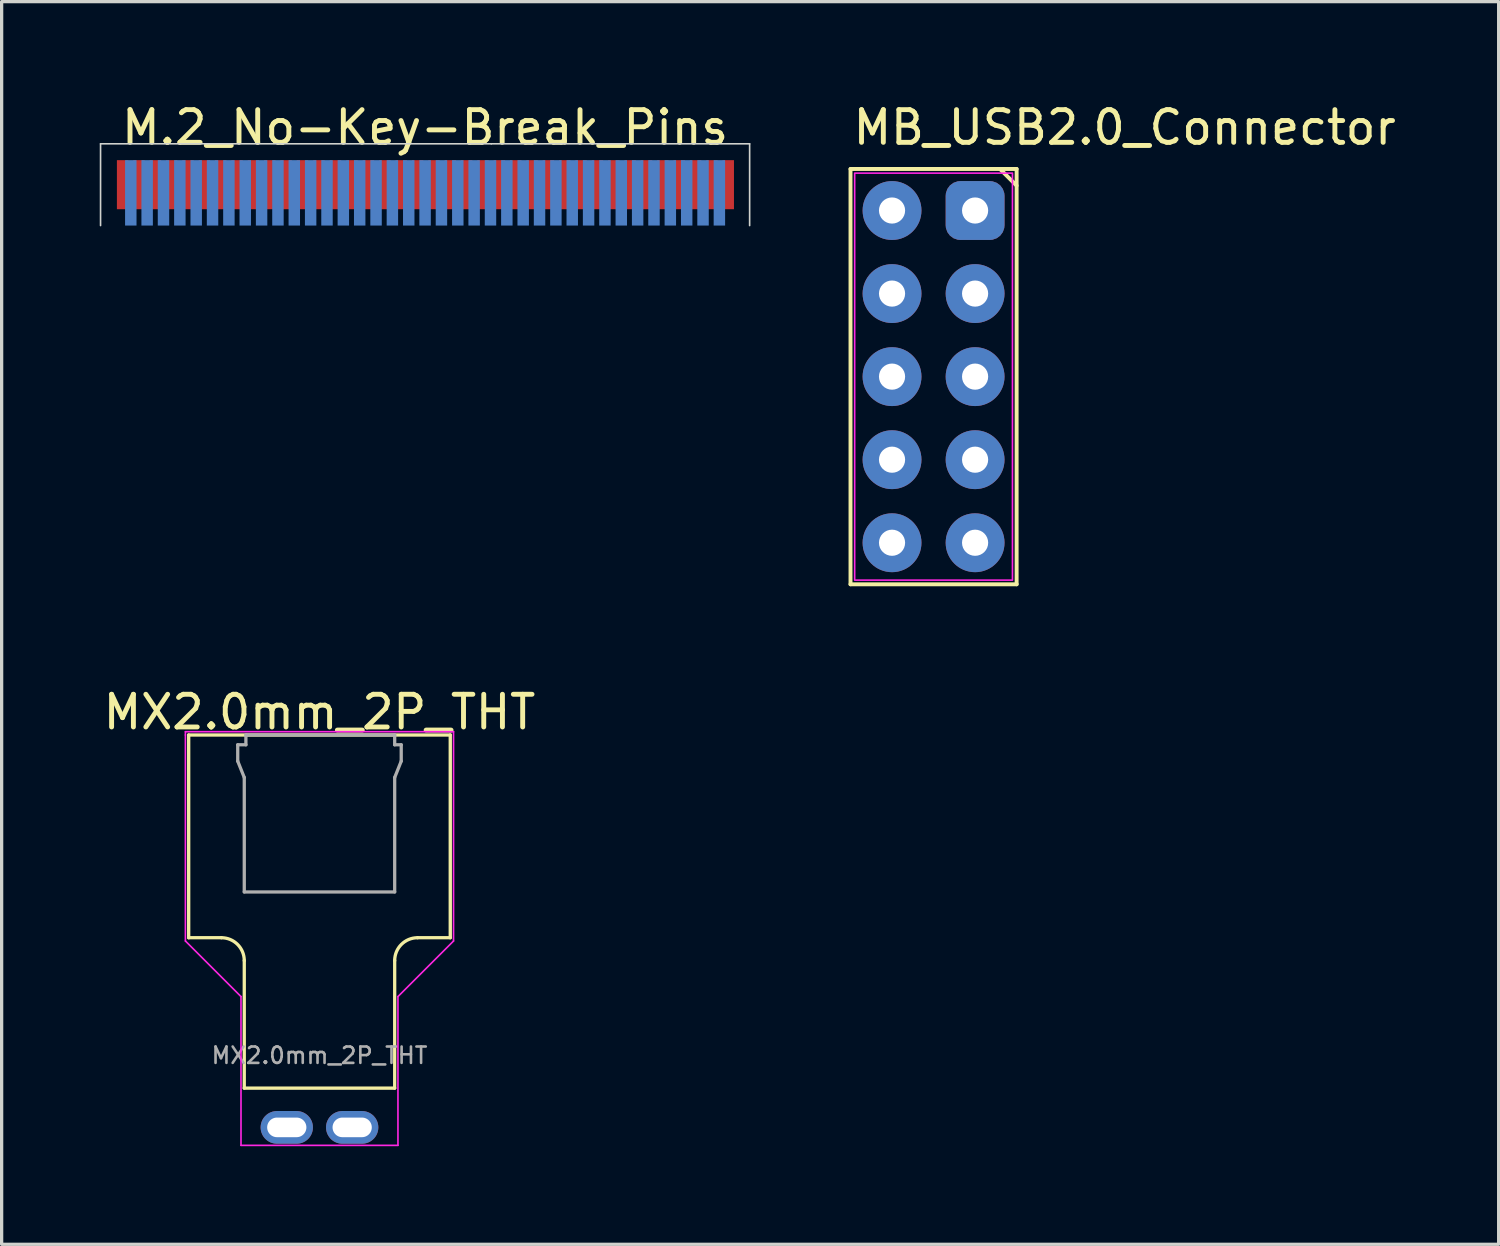
<source format=kicad_pcb>
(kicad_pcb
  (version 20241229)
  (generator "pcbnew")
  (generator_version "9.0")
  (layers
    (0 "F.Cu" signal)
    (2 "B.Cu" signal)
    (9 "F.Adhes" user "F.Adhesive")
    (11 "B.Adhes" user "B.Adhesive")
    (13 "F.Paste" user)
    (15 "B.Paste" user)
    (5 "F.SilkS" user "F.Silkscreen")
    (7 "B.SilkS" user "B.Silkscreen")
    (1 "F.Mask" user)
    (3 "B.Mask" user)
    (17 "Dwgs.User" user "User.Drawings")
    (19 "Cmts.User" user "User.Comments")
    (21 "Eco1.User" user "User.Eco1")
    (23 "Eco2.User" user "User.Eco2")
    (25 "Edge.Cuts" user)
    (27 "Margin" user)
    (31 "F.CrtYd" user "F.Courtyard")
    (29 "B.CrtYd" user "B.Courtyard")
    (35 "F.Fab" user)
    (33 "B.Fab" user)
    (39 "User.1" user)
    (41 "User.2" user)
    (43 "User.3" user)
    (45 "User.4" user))
  (footprint "M.2_No-Key-Break_Pins"
    (layer "F.Cu")
    (at 9.95 3.848)
    (property "Reference" "M.2_No-Key-Break_Pins" (at 0 -3 0) (layer "F.SilkS") (effects (font (size 1 1) (thickness 0.15))))
    (attr through_hole)
    (fp_line (start -9.925 0) (end -9.925 -2.5) (stroke (width 0.05) (type default)) (layer "Edge.Cuts"))
    (fp_line (start 2.025 -2.5) (end -9.925 -2.5) (stroke (width 0.05) (type default)) (layer "Edge.Cuts"))
    (fp_line (start 3.225 -2.5) (end 2.025 -2.5) (stroke (width 0.05) (type default)) (layer "Edge.Cuts"))
    (fp_line (start 3.225 -2.5) (end 9.925 -2.5) (stroke (width 0.05) (type default)) (layer "Edge.Cuts"))
    (fp_line (start 9.925 0) (end 9.925 -2.5) (stroke (width 0.05) (type default)) (layer "Edge.Cuts"))
    (pad "1" smd rect (at -9.25 -1) (size 0.35 1.5) (drill (offset 0 -0.25)) (layers "F.Cu" "F.Mask" "F.Paste"))
    (pad "2" smd rect (at -9 -1) (size 0.35 2) (layers "B.Cu" "B.Mask" "B.Paste"))
    (pad "3" smd rect (at -8.75 -1) (size 0.35 1.5) (drill (offset 0 -0.25)) (layers "F.Cu" "F.Mask" "F.Paste"))
    (pad "4" smd rect (at -8.5 -1) (size 0.35 2) (layers "B.Cu" "B.Mask" "B.Paste"))
    (pad "5" smd rect (at -8.25 -1) (size 0.35 1.5) (drill (offset 0 -0.25)) (layers "F.Cu" "F.Mask" "F.Paste"))
    (pad "6" smd rect (at -8 -1) (size 0.35 2) (layers "B.Cu" "B.Mask" "B.Paste"))
    (pad "7" smd rect (at -7.75 -1) (size 0.35 1.5) (drill (offset 0 -0.25)) (layers "F.Cu" "F.Mask" "F.Paste"))
    (pad "8" smd rect (at -7.5 -1) (size 0.35 2) (layers "B.Cu" "B.Mask" "B.Paste"))
    (pad "9" smd rect (at -7.25 -1) (size 0.35 1.5) (drill (offset 0 -0.25)) (layers "F.Cu" "F.Mask" "F.Paste"))
    (pad "10" smd rect (at -7 -1) (size 0.35 2) (layers "B.Cu" "B.Mask" "B.Paste"))
    (pad "11" smd rect (at -6.75 -1) (size 0.35 1.5) (drill (offset 0 -0.25)) (layers "F.Cu" "F.Mask" "F.Paste"))
    (pad "12" smd rect (at -6.5 -1) (size 0.35 2) (layers "B.Cu" "B.Mask" "B.Paste"))
    (pad "13" smd rect (at -6.25 -1) (size 0.35 1.5) (drill (offset 0 -0.25)) (layers "F.Cu" "F.Mask" "F.Paste"))
    (pad "14" smd rect (at -6 -1) (size 0.35 2) (layers "B.Cu" "B.Mask" "B.Paste"))
    (pad "15" smd rect (at -5.75 -1) (size 0.35 1.5) (drill (offset 0 -0.25)) (layers "F.Cu" "F.Mask" "F.Paste"))
    (pad "16" smd rect (at -5.5 -1) (size 0.35 2) (layers "B.Cu" "B.Mask" "B.Paste"))
    (pad "17" smd rect (at -5.25 -1) (size 0.35 1.5) (drill (offset 0 -0.25)) (layers "F.Cu" "F.Mask" "F.Paste"))
    (pad "18" smd rect (at -5 -1) (size 0.35 2) (layers "B.Cu" "B.Mask" "B.Paste"))
    (pad "19" smd rect (at -4.75 -1) (size 0.35 1.5) (drill (offset 0 -0.25)) (layers "F.Cu" "F.Mask" "F.Paste"))
    (pad "20" smd rect (at -4.5 -1) (size 0.35 2) (layers "B.Cu" "B.Mask" "B.Paste"))
    (pad "21" smd rect (at -4.25 -1) (size 0.35 1.5) (drill (offset 0 -0.25)) (layers "F.Cu" "F.Mask" "F.Paste"))
    (pad "22" smd rect (at -4 -1) (size 0.35 2) (layers "B.Cu" "B.Mask" "B.Paste"))
    (pad "23" smd rect (at -3.75 -1) (size 0.35 1.5) (drill (offset 0 -0.25)) (layers "F.Cu" "F.Mask" "F.Paste"))
    (pad "24" smd rect (at -3.5 -1) (size 0.35 2) (layers "B.Cu" "B.Mask" "B.Paste"))
    (pad "25" smd rect (at -3.246 -1) (size 0.35 1.5) (drill (offset 0 -0.25)) (layers "F.Cu" "F.Mask" "F.Paste"))
    (pad "26" smd rect (at -3 -1) (size 0.35 2) (layers "B.Cu" "B.Mask" "B.Paste"))
    (pad "27" smd rect (at -2.742 -1) (size 0.35 1.5) (drill (offset 0 -0.25)) (layers "F.Cu" "F.Mask" "F.Paste"))
    (pad "28" smd rect (at -2.5 -1) (size 0.35 2) (layers "B.Cu" "B.Mask" "B.Paste"))
    (pad "29" smd rect (at -2.237 -1) (size 0.35 1.5) (drill (offset 0 -0.25)) (layers "F.Cu" "F.Mask" "F.Paste"))
    (pad "30" smd rect (at -2 -1) (size 0.35 2) (layers "B.Cu" "B.Mask" "B.Paste"))
    (pad "31" smd rect (at -1.733 -1) (size 0.35 1.5) (drill (offset 0 -0.25)) (layers "F.Cu" "F.Mask" "F.Paste"))
    (pad "32" smd rect (at -1.5 -1) (size 0.35 2) (layers "B.Cu" "B.Mask" "B.Paste"))
    (pad "33" smd rect (at -1.229 -1) (size 0.35 1.5) (drill (offset 0 -0.25)) (layers "F.Cu" "F.Mask" "F.Paste"))
    (pad "34" smd rect (at -1 -1) (size 0.35 2) (layers "B.Cu" "B.Mask" "B.Paste"))
    (pad "35" smd rect (at -0.729 -1) (size 0.35 1.5) (drill (offset 0 -0.25)) (layers "F.Cu" "F.Mask" "F.Paste"))
    (pad "36" smd rect (at -0.5 -1) (size 0.35 2) (layers "B.Cu" "B.Mask" "B.Paste"))
    (pad "37" smd rect (at -0.229 -1) (size 0.35 1.5) (drill (offset 0 -0.25)) (layers "F.Cu" "F.Mask" "F.Paste"))
    (pad "38" smd rect (at 0 -1) (size 0.35 2) (layers "B.Cu" "B.Mask" "B.Paste"))
    (pad "39" smd rect (at 0.271 -1) (size 0.35 1.5) (drill (offset 0 -0.25)) (layers "F.Cu" "F.Mask" "F.Paste"))
    (pad "40" smd rect (at 0.5 -1) (size 0.35 2) (layers "B.Cu" "B.Mask" "B.Paste"))
    (pad "41" smd rect (at 0.771 -1) (size 0.35 1.5) (drill (offset 0 -0.25)) (layers "F.Cu" "F.Mask" "F.Paste"))
    (pad "42" smd rect (at 1 -1) (size 0.35 2) (layers "B.Cu" "B.Mask" "B.Paste"))
    (pad "43" smd rect (at 1.271 -1) (size 0.35 1.5) (drill (offset 0 -0.25)) (layers "F.Cu" "F.Mask" "F.Paste"))
    (pad "44" smd rect (at 1.5 -1) (size 0.35 2) (layers "B.Cu" "B.Mask" "B.Paste"))
    (pad "45" smd rect (at 1.771 -1) (size 0.35 1.5) (drill (offset 0 -0.25)) (layers "F.Cu" "F.Mask" "F.Paste"))
    (pad "46" smd rect (at 2 -1) (size 0.35 2) (layers "B.Cu" "B.Mask" "B.Paste"))
    (pad "47" smd rect (at 2.271 -1) (size 0.35 1.5) (drill (offset 0 -0.25)) (layers "F.Cu" "F.Mask" "F.Paste"))
    (pad "48" smd rect (at 2.5 -1) (size 0.35 2) (layers "B.Cu" "B.Mask" "B.Paste"))
    (pad "49" smd rect (at 2.771 -1) (size 0.35 1.5) (drill (offset 0 -0.25)) (layers "F.Cu" "F.Mask" "F.Paste"))
    (pad "50" smd rect (at 3 -1) (size 0.35 2) (layers "B.Cu" "B.Mask" "B.Paste"))
    (pad "51" smd rect (at 3.271 -1) (size 0.35 1.5) (drill (offset 0 -0.25)) (layers "F.Cu" "F.Mask" "F.Paste"))
    (pad "52" smd rect (at 3.5 -1) (size 0.35 2) (layers "B.Cu" "B.Mask" "B.Paste"))
    (pad "53" smd rect (at 3.771 -1) (size 0.35 1.5) (drill (offset 0 -0.25)) (layers "F.Cu" "F.Mask" "F.Paste"))
    (pad "54" smd rect (at 4 -1) (size 0.35 2) (layers "B.Cu" "B.Mask" "B.Paste"))
    (pad "55" smd rect (at 4.271 -1) (size 0.35 1.5) (drill (offset 0 -0.25)) (layers "F.Cu" "F.Mask" "F.Paste"))
    (pad "56" smd rect (at 4.5 -1) (size 0.35 2) (layers "B.Cu" "B.Mask" "B.Paste"))
    (pad "57" smd rect (at 4.771 -1) (size 0.35 1.5) (drill (offset 0 -0.25)) (layers "F.Cu" "F.Mask" "F.Paste"))
    (pad "58" smd rect (at 5 -1) (size 0.35 2) (layers "B.Cu" "B.Mask" "B.Paste"))
    (pad "59" smd rect (at 5.271 -1) (size 0.35 1.5) (drill (offset 0 -0.25)) (layers "F.Cu" "F.Mask" "F.Paste"))
    (pad "60" smd rect (at 5.5 -1) (size 0.35 2) (layers "B.Cu" "B.Mask" "B.Paste"))
    (pad "61" smd rect (at 5.771 -1) (size 0.35 1.5) (drill (offset 0 -0.25)) (layers "F.Cu" "F.Mask" "F.Paste"))
    (pad "62" smd rect (at 6 -1) (size 0.35 2) (layers "B.Cu" "B.Mask" "B.Paste"))
    (pad "63" smd rect (at 6.271 -1) (size 0.35 1.5) (drill (offset 0 -0.25)) (layers "F.Cu" "F.Mask" "F.Paste"))
    (pad "64" smd rect (at 6.5 -1) (size 0.35 2) (layers "B.Cu" "B.Mask" "B.Paste"))
    (pad "65" smd rect (at 6.771 -1) (size 0.35 1.5) (drill (offset 0 -0.25)) (layers "F.Cu" "F.Mask" "F.Paste"))
    (pad "66" smd rect (at 7 -1) (size 0.35 2) (layers "B.Cu" "B.Mask" "B.Paste"))
    (pad "67" smd rect (at 7.271 -1) (size 0.35 1.5) (drill (offset 0 -0.25)) (layers "F.Cu" "F.Mask" "F.Paste"))
    (pad "68" smd rect (at 7.5 -1) (size 0.35 2) (layers "B.Cu" "B.Mask" "B.Paste"))
    (pad "69" smd rect (at 7.771 -1) (size 0.35 1.5) (drill (offset 0 -0.25)) (layers "F.Cu" "F.Mask" "F.Paste"))
    (pad "70" smd rect (at 8 -1) (size 0.35 2) (layers "B.Cu" "B.Mask" "B.Paste"))
    (pad "71" smd rect (at 8.271 -1) (size 0.35 1.5) (drill (offset 0 -0.25)) (layers "F.Cu" "F.Mask" "F.Paste"))
    (pad "72" smd rect (at 8.5 -1) (size 0.35 2) (layers "B.Cu" "B.Mask" "B.Paste"))
    (pad "73" smd rect (at 8.771 -1) (size 0.35 1.5) (drill (offset 0 -0.25)) (layers "F.Cu" "F.Mask" "F.Paste"))
    (pad "74" smd rect (at 9 -1) (size 0.35 2) (layers "B.Cu" "B.Mask" "B.Paste"))
    (pad "75" smd rect (at 9.271 -1) (size 0.35 1.5) (drill (offset 0 -0.25)) (layers "F.Cu" "F.Mask" "F.Paste")))
  (footprint "MB_USB2.0_Connector"
    (layer "F.Cu")
    (at 25.5 8.468)
    (property "Reference" "MB_USB2.0_Connector" (at -2.54 -7.62 0) (layer "F.SilkS") (effects (font (size 1 1) (thickness 0.15)) (justify left)))
    (attr through_hole)
    (fp_line (start -2.54 -6.35) (end -2.54 6.35) (stroke (width 0.12) (type solid)) (layer "F.SilkS"))
    (fp_line (start 2.032 -6.35) (end 2.54 -5.842) (stroke (width 0.12) (type solid)) (layer "F.SilkS"))
    (fp_line (start 2.54 -6.35) (end -2.54 -6.35) (stroke (width 0.12) (type solid)) (layer "F.SilkS"))
    (fp_line (start 2.54 -6.35) (end 2.54 6.35) (stroke (width 0.12) (type solid)) (layer "F.SilkS"))
    (fp_line (start 2.54 6.35) (end -2.54 6.35) (stroke (width 0.12) (type solid)) (layer "F.SilkS"))
    (fp_rect (start -2.413 -6.223) (end 2.413 6.223) (stroke (width 0.05) (type default)) (fill no) (layer "F.CrtYd"))
    (pad "1" thru_hole circle (at -1.27 -5.08 270) (size 1.8 1.8) (drill 0.8) (layers "*.Cu" "*.Mask"))
    (pad "2" thru_hole circle (at -1.27 -2.54 270) (size 1.8 1.8) (drill 0.8) (layers "*.Cu" "*.Mask"))
    (pad "3" thru_hole circle (at -1.27 0 270) (size 1.8 1.8) (drill 0.8) (layers "*.Cu" "*.Mask"))
    (pad "4" thru_hole circle (at -1.27 2.54 270) (size 1.8 1.8) (drill 0.8) (layers "*.Cu" "*.Mask"))
    (pad "5" thru_hole circle (at -1.27 5.08 270) (size 1.8 1.8) (drill 0.8) (layers "*.Cu" "*.Mask"))
    (pad "6" thru_hole roundrect (at 1.27 -5.08 270) (size 1.8 1.8) (drill 0.8) (layers "*.Cu" "*.Mask") (roundrect_rratio 0.25))
    (pad "7" thru_hole circle (at 1.27 -2.54 270) (size 1.8 1.8) (drill 0.8) (layers "*.Cu" "*.Mask"))
    (pad "8" thru_hole circle (at 1.27 0 270) (size 1.8 1.8) (drill 0.8) (layers "*.Cu" "*.Mask"))
    (pad "9" thru_hole circle (at 1.27 2.54 270) (size 1.8 1.8) (drill 0.8) (layers "*.Cu" "*.Mask"))
    (pad "10" thru_hole circle (at 1.27 5.08 270) (size 1.8 1.8) (drill 0.8) (layers "*.Cu" "*.Mask")))
  (footprint "MX2.0mm_2P_THT"
    (layer "F.Cu")
    (at 6.72 30.227)
    (property "Reference" "MX2.0mm_2P_THT" (at 0 -11.5 0) (layer "F.SilkS") (effects (font (size 1 1) (thickness 0.15))))
    (attr smd)
    (fp_line (start -4 -10.8) (end -4 -4.6) (stroke (width 0.102) (type solid)) (layer "F.SilkS"))
    (fp_line (start -4 -10.8) (end 4 -10.8) (stroke (width 0.102) (type solid)) (layer "F.SilkS"))
    (fp_line (start -4 -4.6) (end -3 -4.6) (stroke (width 0.1) (type default)) (layer "F.SilkS"))
    (fp_line (start -2.3 0) (end -2.3 -3.9) (stroke (width 0.1) (type default)) (layer "F.SilkS"))
    (fp_line (start 2.3 0) (end -2.3 0) (stroke (width 0.102) (type solid)) (layer "F.SilkS"))
    (fp_line (start 2.3 0) (end 2.3 -3.9) (stroke (width 0.1) (type default)) (layer "F.SilkS"))
    (fp_line (start 3 -4.6) (end 4 -4.6) (stroke (width 0.1) (type default)) (layer "F.SilkS"))
    (fp_line (start 4 -10.8) (end 4 -4.6) (stroke (width 0.102) (type solid)) (layer "F.SilkS"))
    (fp_arc (start -3 -4.6) (mid -2.505025 -4.394975) (end -2.3 -3.9) (stroke (width 0.1) (type default)) (layer "F.SilkS"))
    (fp_arc (start 2.3 -3.9) (mid 2.505025 -4.394975) (end 3 -4.6) (stroke (width 0.1) (type default)) (layer "F.SilkS"))
    (fp_line (start -4.1 -10.9) (end -4.1 -10.8) (stroke (width 0.05) (type default)) (layer "F.CrtYd"))
    (fp_line (start -4.1 -10.8) (end -4.1 -4.5) (stroke (width 0.05) (type default)) (layer "F.CrtYd"))
    (fp_line (start -4.1 -4.5) (end -2.4 -2.8) (stroke (width 0.05) (type default)) (layer "F.CrtYd"))
    (fp_line (start -2.4 -2.8) (end -2.4 1.75) (stroke (width 0.05) (type default)) (layer "F.CrtYd"))
    (fp_line (start -2.4 1.75) (end 2.4 1.75) (stroke (width 0.05) (type default)) (layer "F.CrtYd"))
    (fp_line (start 2.4 -2.8) (end 4.1 -4.5) (stroke (width 0.05) (type default)) (layer "F.CrtYd"))
    (fp_line (start 2.4 1.75) (end 2.4 -2.8) (stroke (width 0.05) (type default)) (layer "F.CrtYd"))
    (fp_line (start 4.1 -10.9) (end -4.1 -10.9) (stroke (width 0.05) (type default)) (layer "F.CrtYd"))
    (fp_line (start 4.1 -4.5) (end 4.1 -10.9) (stroke (width 0.05) (type default)) (layer "F.CrtYd"))
    (fp_line (start -2.5 -10.5) (end -2.25 -10.5) (stroke (width 0.1) (type default)) (layer "F.Fab"))
    (fp_line (start -2.5 -10) (end -2.5 -10.5) (stroke (width 0.1) (type default)) (layer "F.Fab"))
    (fp_line (start -2.3 -9.5) (end -2.5 -10) (stroke (width 0.1) (type default)) (layer "F.Fab"))
    (fp_line (start -2.3 -9.5) (end -2.3 -6) (stroke (width 0.1) (type default)) (layer "F.Fab"))
    (fp_line (start -2.3 -6) (end 2.3 -6) (stroke (width 0.1) (type default)) (layer "F.Fab"))
    (fp_line (start -2.25 -10.8) (end 2.3 -10.8) (stroke (width 0.1) (type default)) (layer "F.Fab"))
    (fp_line (start -2.25 -10.5) (end -2.25 -10.8) (stroke (width 0.1) (type default)) (layer "F.Fab"))
    (fp_line (start 2.3 -10.8) (end 2.3 -10.5) (stroke (width 0.1) (type default)) (layer "F.Fab"))
    (fp_line (start 2.3 -10.5) (end 2.5 -10.5) (stroke (width 0.1) (type default)) (layer "F.Fab"))
    (fp_line (start 2.3 -9.5) (end 2.3 -6) (stroke (width 0.1) (type default)) (layer "F.Fab"))
    (fp_line (start 2.5 -10.5) (end 2.5 -10) (stroke (width 0.1) (type default)) (layer "F.Fab"))
    (fp_line (start 2.5 -10) (end 2.3 -9.5) (stroke (width 0.1) (type default)) (layer "F.Fab"))
    (fp_text user "${REFERENCE}" (at 0 -1 0) (layer "F.Fab") (effects (font (size 0.5 0.5) (thickness 0.08))))
    (pad "1" thru_hole oval (at -1 1.2) (size 1.6 1) (drill oval 1.2 0.6) (layers "*.Cu" "*.Mask"))
    (pad "2" thru_hole oval (at 1 1.2) (size 1.6 1) (drill oval 1.2 0.6) (layers "*.Cu" "*.Mask")))
  (gr_rect
    (start -3 -3)
    (end 42.781 35.002)
    (stroke (width 0.1) (type default))
    (fill no)
    (layer "Edge.Cuts")))
</source>
